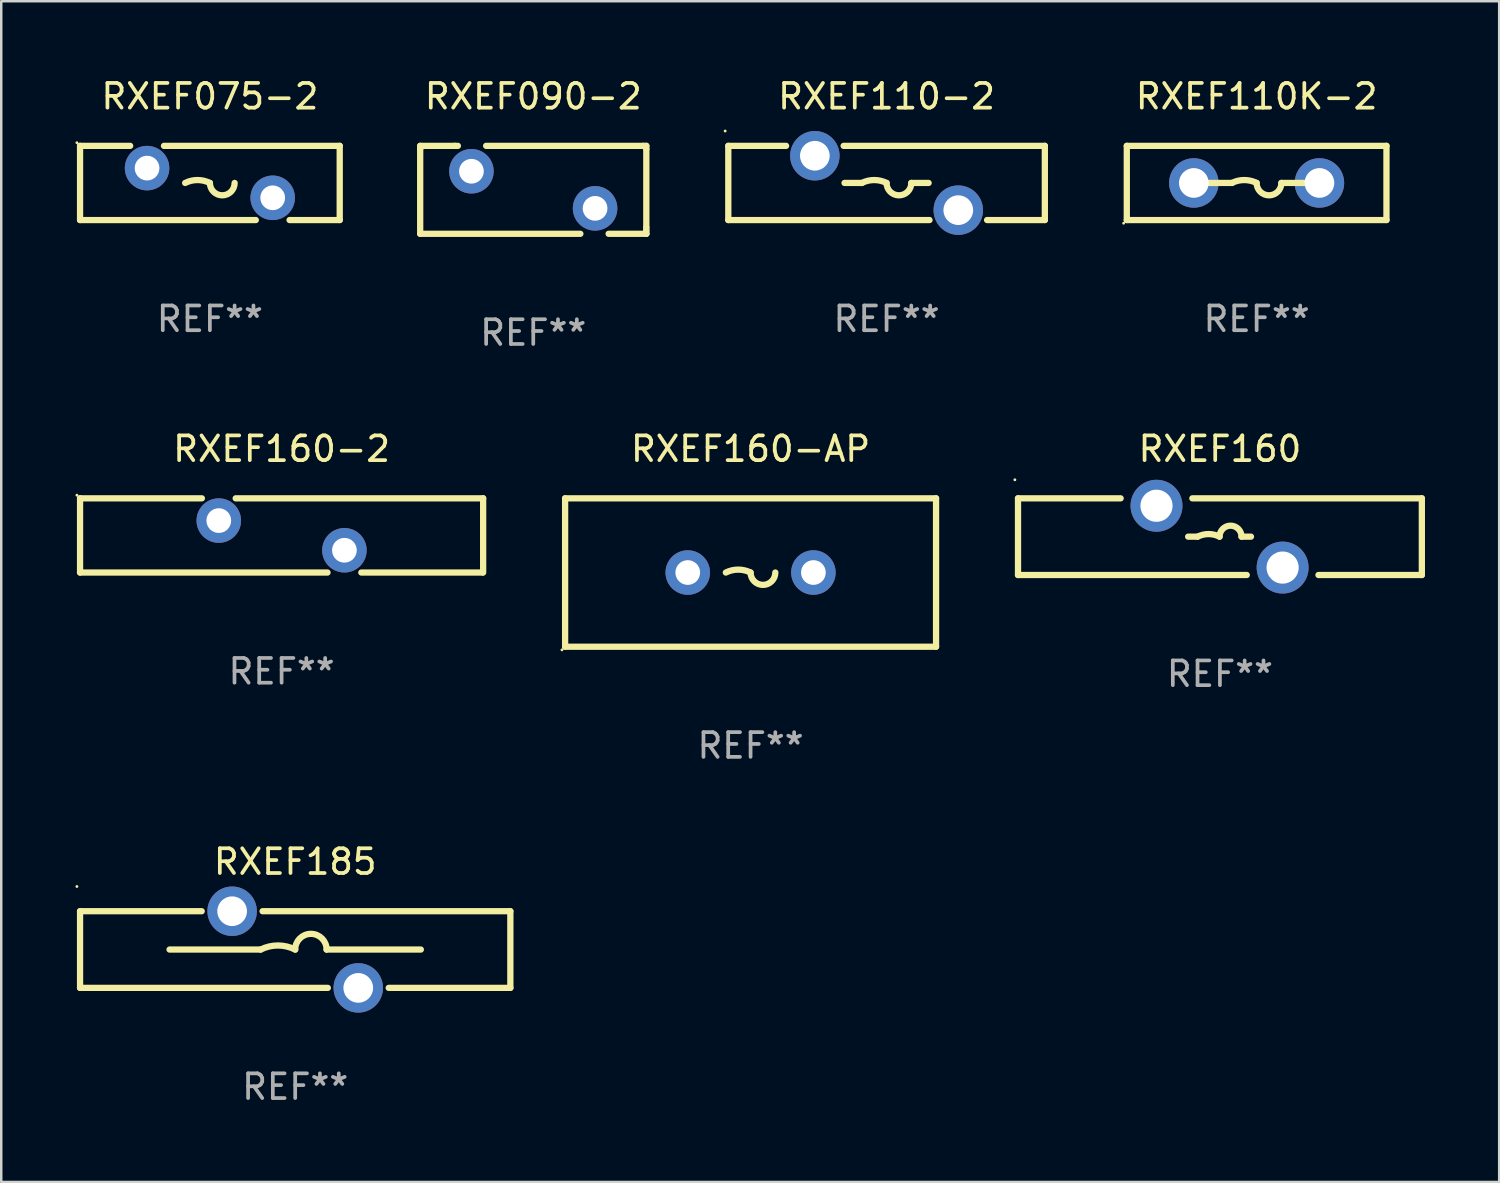
<source format=kicad_pcb>
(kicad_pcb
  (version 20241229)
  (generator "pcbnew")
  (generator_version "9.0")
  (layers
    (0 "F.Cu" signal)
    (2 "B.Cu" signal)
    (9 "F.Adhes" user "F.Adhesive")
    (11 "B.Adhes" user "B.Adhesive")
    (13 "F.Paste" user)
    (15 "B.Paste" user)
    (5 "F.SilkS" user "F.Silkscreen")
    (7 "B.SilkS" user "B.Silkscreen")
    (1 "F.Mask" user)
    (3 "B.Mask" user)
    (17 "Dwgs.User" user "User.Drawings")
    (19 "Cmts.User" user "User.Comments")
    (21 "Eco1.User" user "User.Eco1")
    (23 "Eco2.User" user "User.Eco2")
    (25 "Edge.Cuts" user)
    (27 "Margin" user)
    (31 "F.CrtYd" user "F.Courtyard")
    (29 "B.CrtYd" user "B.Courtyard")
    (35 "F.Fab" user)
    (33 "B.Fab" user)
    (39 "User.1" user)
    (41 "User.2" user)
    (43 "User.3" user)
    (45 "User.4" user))
  (footprint "RXEF110K-2"
    (layer "F.Cu")
    (at 47.764 4.348)
    (property "Reference" "RXEF110K-2" (at 0 -3.5 0) (layer "F.SilkS") (effects (font (size 1 1) (thickness 0.15))))
    (attr through_hole)
    (fp_line (start -5.25 -1.5) (end 5.25 -1.5) (stroke (width 0.254) (type solid)) (layer "F.SilkS"))
    (fp_line (start -5.25 1.5) (end -5.25 -1.5) (stroke (width 0.254) (type solid)) (layer "F.SilkS"))
    (fp_line (start -1 -0.000127) (end -2 -0.000127) (stroke (width 0.254) (type solid)) (layer "F.SilkS"))
    (fp_line (start 1 -0.000127) (end 2 -0.000127) (stroke (width 0.254) (type solid)) (layer "F.SilkS"))
    (fp_line (start 5.25 -1.5) (end 5.25 1.5) (stroke (width 0.254) (type solid)) (layer "F.SilkS"))
    (fp_line (start 5.25 1.5) (end -5.25 1.5) (stroke (width 0.254) (type solid)) (layer "F.SilkS"))
    (fp_arc (start -1 -0.000127) (mid -0.5 -0.118148) (end 0 -0.000127) (stroke (width 0.254001) (type solid)) (layer "F.SilkS"))
    (fp_arc (start 1.000762 -0.000127) (mid 0.500381 0.5) (end 0 -0.000127) (stroke (width 0.254001) (type solid)) (layer "F.SilkS"))
    (fp_circle (center -5.377 1.627) (end -5.347 1.627) (stroke (width 0.06) (type solid)) (fill no) (layer "F.SilkS"))
    (fp_text user "REF**" (at 0 5.5 0) (layer "F.Fab") (effects (font (size 1 1) (thickness 0.15))))
    (pad "1" thru_hole circle (at -2.54 -0.000127) (size 2 2) (drill 1.2) (layers "*.Cu" "*.Mask"))
    (pad "2" thru_hole circle (at 2.54 -0.000127) (size 2 2) (drill 1.2) (layers "*.Cu" "*.Mask")))
  (footprint "RXEF075-2"
    (layer "F.Cu")
    (at 5.437 4.348)
    (property "Reference" "RXEF075-2" (at 0 -3.5 0) (layer "F.SilkS") (effects (font (size 1 1) (thickness 0.15))))
    (attr through_hole)
    (fp_line (start -5.25 -1.5) (end -3.224 -1.5) (stroke (width 0.254) (type solid)) (layer "F.SilkS"))
    (fp_line (start -5.25 1.5) (end -5.25 -1.5) (stroke (width 0.254) (type solid)) (layer "F.SilkS"))
    (fp_line (start -1.856 -1.5) (end 5.25 -1.5) (stroke (width 0.254) (type solid)) (layer "F.SilkS"))
    (fp_line (start 1.857 1.5) (end -5.25 1.5) (stroke (width 0.254) (type solid)) (layer "F.SilkS"))
    (fp_line (start 5.25 -1.5) (end 5.25 1.5) (stroke (width 0.254) (type solid)) (layer "F.SilkS"))
    (fp_line (start 5.25 1.5) (end 3.223 1.5) (stroke (width 0.254) (type solid)) (layer "F.SilkS"))
    (fp_arc (start -1 -0.000127) (mid -0.5 -0.118148) (end 0 -0.000127) (stroke (width 0.254001) (type solid)) (layer "F.SilkS"))
    (fp_arc (start 1.000762 -0.000127) (mid 0.500381 0.5) (end 0 -0.000127) (stroke (width 0.254001) (type solid)) (layer "F.SilkS"))
    (fp_circle (center -5.377 -1.627) (end -5.347 -1.627) (stroke (width 0.06) (type solid)) (fill no) (layer "F.SilkS"))
    (fp_text user "REF**" (at 0 5.5 0) (layer "F.Fab") (effects (font (size 1 1) (thickness 0.15))))
    (pad "1" thru_hole circle (at -2.54 -0.6) (size 1.8 1.8) (drill 1) (layers "*.Cu" "*.Mask"))
    (pad "2" thru_hole circle (at 2.54 0.6) (size 1.8 1.8) (drill 1) (layers "*.Cu" "*.Mask")))
  (footprint "RXEF090-2"
    (layer "F.Cu")
    (at 18.513 4.626)
    (property "Reference" "RXEF090-2" (at 0 -3.778 0) (layer "F.SilkS") (effects (font (size 1 1) (thickness 0.15))))
    (attr through_hole)
    (fp_line (start -4.572 -1.778) (end -3.175 -1.778) (stroke (width 0.254) (type solid)) (layer "F.SilkS"))
    (fp_line (start -4.572 -1.651) (end -4.572 -1.778) (stroke (width 0.254) (type solid)) (layer "F.SilkS"))
    (fp_line (start -4.572 1.778) (end -4.572 -1.651) (stroke (width 0.254) (type solid)) (layer "F.SilkS"))
    (fp_line (start -4.572 1.778) (end 1.905 1.778) (stroke (width 0.254) (type solid)) (layer "F.SilkS"))
    (fp_line (start -3.175 -1.778) (end -3.048 -1.778) (stroke (width 0.254) (type solid)) (layer "F.SilkS"))
    (fp_line (start 4.445 -1.778) (end -1.905 -1.778) (stroke (width 0.254) (type solid)) (layer "F.SilkS"))
    (fp_line (start 4.445 -1.778) (end 4.572 -1.778) (stroke (width 0.254) (type solid)) (layer "F.SilkS"))
    (fp_line (start 4.572 -1.778) (end 4.572 -1.651) (stroke (width 0.254) (type solid)) (layer "F.SilkS"))
    (fp_line (start 4.572 -1.651) (end 4.572 1.524) (stroke (width 0.254) (type solid)) (layer "F.SilkS"))
    (fp_line (start 4.572 1.524) (end 4.572 1.651) (stroke (width 0.254) (type solid)) (layer "F.SilkS"))
    (fp_line (start 4.572 1.651) (end 4.572 1.778) (stroke (width 0.254) (type solid)) (layer "F.SilkS"))
    (fp_line (start 4.572 1.778) (end 3.048 1.778) (stroke (width 0.254) (type solid)) (layer "F.SilkS"))
    (fp_line (start 4.572 1.778) (end 4.572 1.777) (stroke (width 0.254) (type solid)) (layer "F.SilkS"))
    (fp_circle (center -4.5 -1.701) (end -4.47 -1.701) (stroke (width 0.06) (type solid)) (fill no) (layer "F.SilkS"))
    (fp_text user "REF**" (at 0 5.778 0) (layer "F.Fab") (effects (font (size 1 1) (thickness 0.15))))
    (pad "1" thru_hole circle (at -2.5 -0.751) (size 1.8 1.8) (drill 1) (layers "*.Cu" "*.Mask"))
    (pad "2" thru_hole circle (at 2.5 0.749) (size 1.8 1.8) (drill 1) (layers "*.Cu" "*.Mask")))
  (footprint "RXEF160-AP"
    (layer "F.Cu")
    (at 27.301 20.101)
    (property "Reference" "RXEF160-AP" (at 0 -5 0) (layer "F.SilkS") (effects (font (size 1 1) (thickness 0.15))))
    (attr through_hole)
    (fp_line (start -7.5 -3) (end 7.5 -3) (stroke (width 0.254) (type solid)) (layer "F.SilkS"))
    (fp_line (start -7.5 3) (end -7.5 -3) (stroke (width 0.254) (type solid)) (layer "F.SilkS"))
    (fp_line (start -7.5 3) (end 7.5 3) (stroke (width 0.254) (type solid)) (layer "F.SilkS"))
    (fp_line (start 7.5 3) (end 7.5 -3) (stroke (width 0.254) (type solid)) (layer "F.SilkS"))
    (fp_arc (start -1 0) (mid -0.5 -0.118021) (end 0 0) (stroke (width 0.254001) (type solid)) (layer "F.SilkS"))
    (fp_arc (start 1.000762 0) (mid 0.500381 0.500127) (end 0 0) (stroke (width 0.254001) (type solid)) (layer "F.SilkS"))
    (fp_circle (center -7.627 3.127) (end -7.597 3.127) (stroke (width 0.06) (type solid)) (fill no) (layer "F.SilkS"))
    (fp_text user "REF**" (at 0 7 0) (layer "F.Fab") (effects (font (size 1 1) (thickness 0.15))))
    (pad "1" thru_hole circle (at -2.54 0) (size 1.8 1.8) (drill 1) (layers "*.Cu" "*.Mask"))
    (pad "2" thru_hole circle (at 2.54 0) (size 1.8 1.8) (drill 1) (layers "*.Cu" "*.Mask")))
  (footprint "RXEF110-2"
    (layer "F.Cu")
    (at 32.8 4.348)
    (property "Reference" "RXEF110-2" (at 0 -3.5 0) (layer "F.SilkS") (effects (font (size 1 1) (thickness 0.15))))
    (attr through_hole)
    (fp_line (start -6.4 -1.5) (end -6.4 1.5) (stroke (width 0.254) (type solid)) (layer "F.SilkS"))
    (fp_line (start -6.4 -1.5) (end -4.064 -1.5) (stroke (width 0.254) (type solid)) (layer "F.SilkS"))
    (fp_line (start -1.736 -1.5) (end 6.4 -1.5) (stroke (width 0.254) (type solid)) (layer "F.SilkS"))
    (fp_line (start -1 -0.000127) (end -1.7 -0.000127) (stroke (width 0.254) (type solid)) (layer "F.SilkS"))
    (fp_line (start 1 -0.000127) (end 1.7 -0.000127) (stroke (width 0.254) (type solid)) (layer "F.SilkS"))
    (fp_line (start 1.736 1.5) (end -6.4 1.5) (stroke (width 0.254) (type solid)) (layer "F.SilkS"))
    (fp_line (start 6.4 -1.5) (end 6.4 1.5) (stroke (width 0.254) (type solid)) (layer "F.SilkS"))
    (fp_line (start 6.4 1.5) (end 4.064 1.5) (stroke (width 0.254) (type solid)) (layer "F.SilkS"))
    (fp_arc (start -1 -0.000127) (mid -0.5 -0.118148) (end 0 -0.000127) (stroke (width 0.254001) (type solid)) (layer "F.SilkS"))
    (fp_arc (start 1.000762 -0.000127) (mid 0.500381 0.5) (end 0 -0.000127) (stroke (width 0.254001) (type solid)) (layer "F.SilkS"))
    (fp_circle (center -6.527 -2.1) (end -6.497 -2.1) (stroke (width 0.06) (type solid)) (fill no) (layer "F.SilkS"))
    (fp_text user "REF**" (at 0 5.5 0) (layer "F.Fab") (effects (font (size 1 1) (thickness 0.15))))
    (pad "1" thru_hole circle (at -2.9 -1.1) (size 2 2) (drill 1.2) (layers "*.Cu" "*.Mask"))
    (pad "2" thru_hole circle (at 2.9 1.1) (size 2 2) (drill 1.2) (layers "*.Cu" "*.Mask")))
  (footprint "RXEF160-2"
    (layer "F.Cu")
    (at 8.337 18.601)
    (property "Reference" "RXEF160-2" (at 0 -3.5 0) (layer "F.SilkS") (effects (font (size 1 1) (thickness 0.15))))
    (attr through_hole)
    (fp_line (start -8.15 -1.5) (end -3.224 -1.5) (stroke (width 0.254) (type solid)) (layer "F.SilkS"))
    (fp_line (start -8.15 1.5) (end -8.15 -1.5) (stroke (width 0.254) (type solid)) (layer "F.SilkS"))
    (fp_line (start -8.15 1.5) (end 1.856 1.5) (stroke (width 0.254) (type solid)) (layer "F.SilkS"))
    (fp_line (start -1.856 -1.5) (end 8.15 -1.5) (stroke (width 0.254) (type solid)) (layer "F.SilkS"))
    (fp_line (start 3.224 1.5) (end 8.128 1.5) (stroke (width 0.254) (type solid)) (layer "F.SilkS"))
    (fp_line (start 8.15 1.5) (end 8.15 -1.5) (stroke (width 0.254) (type solid)) (layer "F.SilkS"))
    (fp_circle (center -8.277 -1.627) (end -8.247 -1.627) (stroke (width 0.06) (type solid)) (fill no) (layer "F.SilkS"))
    (fp_text user "REF**" (at 0 5.5 0) (layer "F.Fab") (effects (font (size 1 1) (thickness 0.15))))
    (pad "1" thru_hole circle (at -2.54 -0.6) (size 1.8 1.8) (drill 1) (layers "*.Cu" "*.Mask"))
    (pad "2" thru_hole circle (at 2.54 0.6) (size 1.8 1.8) (drill 1) (layers "*.Cu" "*.Mask")))
  (footprint "RXEF185"
    (layer "F.Cu")
    (at 8.887 35.347)
    (property "Reference" "RXEF185" (at 0 -3.55 0) (layer "F.SilkS") (effects (font (size 1 1) (thickness 0.15))))
    (attr through_hole)
    (fp_line (start -8.7 -1.55) (end -8.7 1.55) (stroke (width 0.254) (type solid)) (layer "F.SilkS"))
    (fp_line (start -8.7 -1.55) (end -3.781 -1.55) (stroke (width 0.254) (type solid)) (layer "F.SilkS"))
    (fp_line (start -5.08 0) (end -1.397 0) (stroke (width 0.254) (type solid)) (layer "F.SilkS"))
    (fp_line (start -1.319 -1.55) (end 8.7 -1.55) (stroke (width 0.254) (type solid)) (layer "F.SilkS"))
    (fp_line (start 1.319 1.55) (end -8.7 1.55) (stroke (width 0.254) (type solid)) (layer "F.SilkS"))
    (fp_line (start 5.08 0) (end 1.27 0) (stroke (width 0.254) (type solid)) (layer "F.SilkS"))
    (fp_line (start 8.7 -1.55) (end 8.7 1.55) (stroke (width 0.254) (type solid)) (layer "F.SilkS"))
    (fp_line (start 8.7 1.55) (end 3.781 1.55) (stroke (width 0.254) (type solid)) (layer "F.SilkS"))
    (fp_arc (start -1.397003 0) (mid -0.698501 -0.164894) (end 0 0) (stroke (width 0.254001) (type solid)) (layer "F.SilkS"))
    (fp_arc (start -0.000001 0) (mid 0.635001 -0.635002) (end 1.270003 0) (stroke (width 0.254001) (type solid)) (layer "F.SilkS"))
    (fp_circle (center -8.827 -2.55) (end -8.797 -2.55) (stroke (width 0.06) (type solid)) (fill no) (layer "F.SilkS"))
    (fp_text user "REF**" (at 0 5.55 0) (layer "F.Fab") (effects (font (size 1 1) (thickness 0.15))))
    (pad "1" thru_hole circle (at -2.55 -1.55) (size 2 2) (drill 1.2) (layers "*.Cu" "*.Mask"))
    (pad "2" thru_hole circle (at 2.55 1.55) (size 2 2) (drill 1.2) (layers "*.Cu" "*.Mask")))
  (footprint "RXEF160"
    (layer "F.Cu")
    (at 46.28 18.651)
    (property "Reference" "RXEF160" (at 0 -3.55 0) (layer "F.SilkS") (effects (font (size 1 1) (thickness 0.15))))
    (attr through_hole)
    (fp_line (start -8.165 -1.55) (end -8.165 1.55) (stroke (width 0.254) (type solid)) (layer "F.SilkS"))
    (fp_line (start -8.165 -1.55) (end -4.015 -1.55) (stroke (width 0.254) (type solid)) (layer "F.SilkS"))
    (fp_line (start -8.165 1.55) (end 1.085 1.55) (stroke (width 0.254) (type solid)) (layer "F.SilkS"))
    (fp_line (start -1.285 0) (end -0.904 0) (stroke (width 0.254) (type solid)) (layer "F.SilkS"))
    (fp_line (start -1.115 -1.55) (end 8.165 -1.55) (stroke (width 0.254) (type solid)) (layer "F.SilkS"))
    (fp_line (start 1.255 0) (end 0.874 0) (stroke (width 0.254) (type solid)) (layer "F.SilkS"))
    (fp_line (start 3.985 1.55) (end 8.165 1.55) (stroke (width 0.254) (type solid)) (layer "F.SilkS"))
    (fp_line (start 8.165 -1.55) (end 8.165 1.55) (stroke (width 0.254) (type solid)) (layer "F.SilkS"))
    (fp_arc (start -0.904001 0) (mid -0.4595 -0.104932) (end -0.014999 0) (stroke (width 0.254001) (type solid)) (layer "F.SilkS"))
    (fp_arc (start -0.014999 0) (mid 0.429502 -0.444501) (end 0.874003 0) (stroke (width 0.254001) (type solid)) (layer "F.SilkS"))
    (fp_circle (center -8.292 -2.3) (end -8.262 -2.3) (stroke (width 0.06) (type solid)) (fill no) (layer "F.SilkS"))
    (fp_text user "REF**" (at 0 5.55 0) (layer "F.Fab") (effects (font (size 1 1) (thickness 0.15))))
    (pad "1" thru_hole circle (at -2.565 -1.25) (size 2.1 2.1) (drill 1.3) (layers "*.Cu" "*.Mask"))
    (pad "2" thru_hole circle (at 2.535 1.25) (size 2.1 2.1) (drill 1.3) (layers "*.Cu" "*.Mask")))
  (gr_rect
    (start -3 -3)
    (end 57.572 44.746)
    (stroke (width 0.1) (type default))
    (fill no)
    (layer "Edge.Cuts")))
</source>
